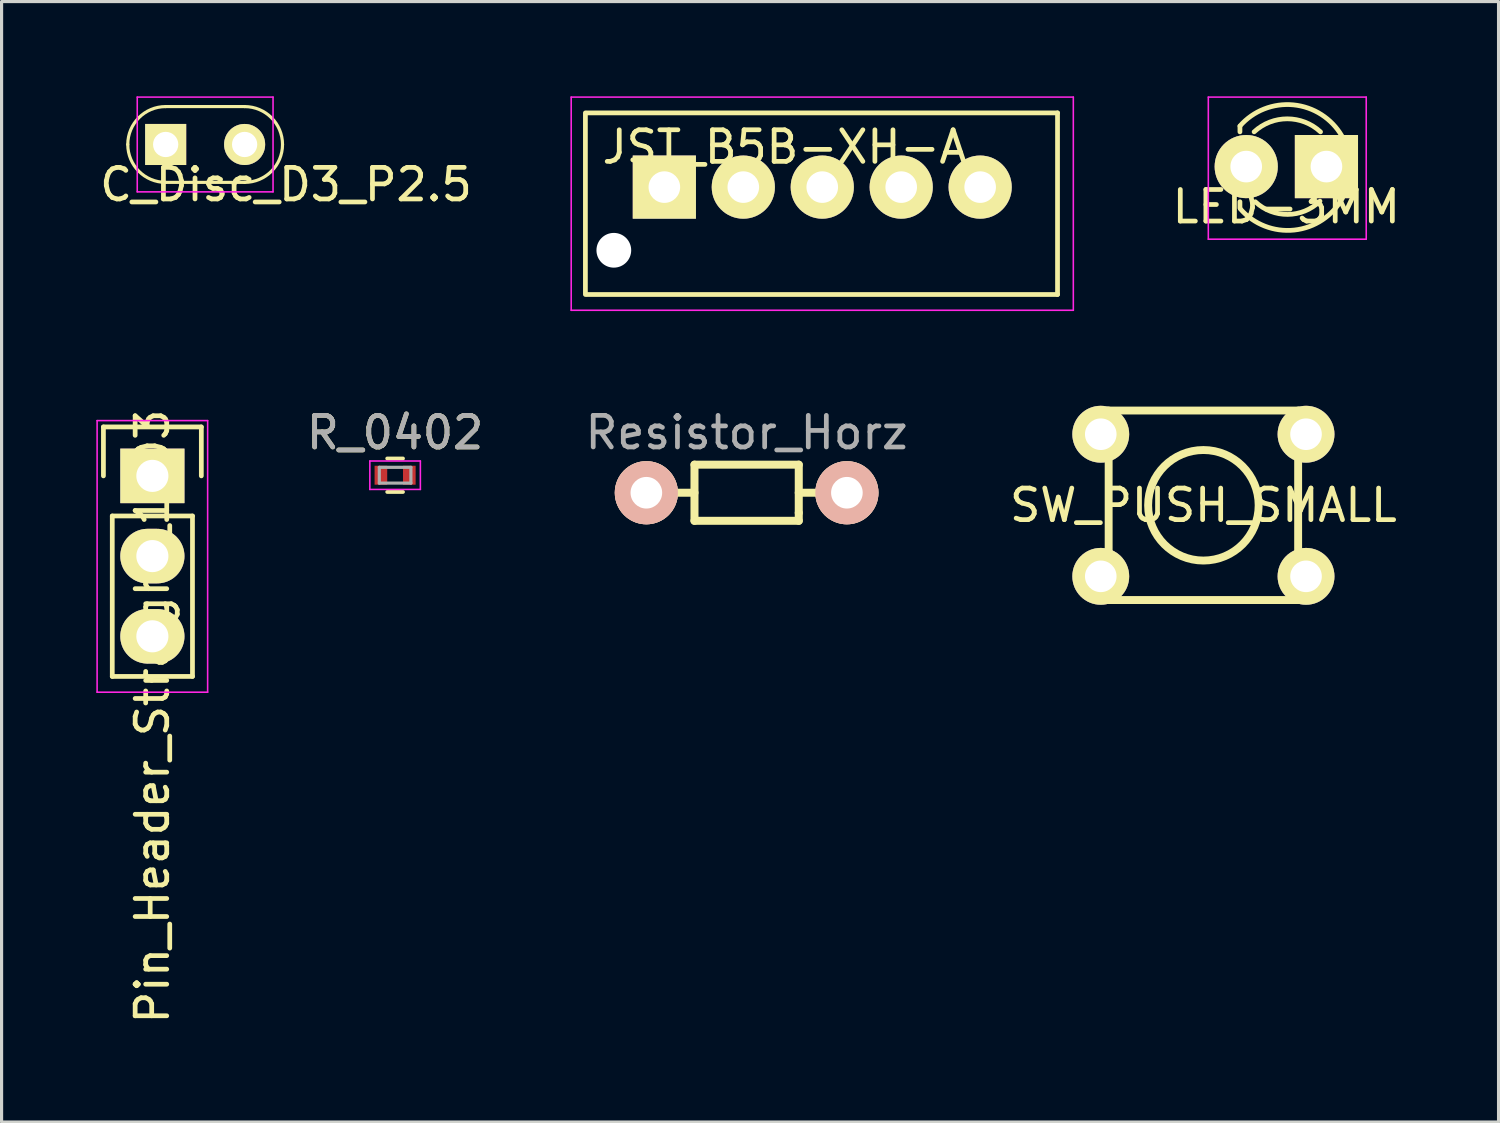
<source format=kicad_pcb>
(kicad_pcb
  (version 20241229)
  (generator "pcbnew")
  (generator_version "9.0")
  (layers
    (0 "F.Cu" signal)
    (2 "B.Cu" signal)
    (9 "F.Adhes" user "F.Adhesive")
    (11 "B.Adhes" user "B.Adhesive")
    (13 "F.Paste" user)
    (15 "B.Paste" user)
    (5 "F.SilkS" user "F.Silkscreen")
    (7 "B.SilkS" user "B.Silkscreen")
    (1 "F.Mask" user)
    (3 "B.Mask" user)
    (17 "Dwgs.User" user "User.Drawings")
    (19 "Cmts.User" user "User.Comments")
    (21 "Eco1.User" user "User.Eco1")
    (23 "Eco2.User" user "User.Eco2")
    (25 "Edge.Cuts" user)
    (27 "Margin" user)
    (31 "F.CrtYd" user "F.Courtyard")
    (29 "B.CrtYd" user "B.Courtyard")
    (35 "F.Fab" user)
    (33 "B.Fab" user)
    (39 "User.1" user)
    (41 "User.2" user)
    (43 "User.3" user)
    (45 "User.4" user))
  (footprint "C_Disc_D3_P2.5"
    (layer "F.Cu")
    (at 2.196 1.525)
    (property "Reference" "C_Disc_D3_P2.5" (at 3.81 1.27 0) (layer "F.SilkS") (effects (font (size 1 1) (thickness 0.15))))
    (attr through_hole)
    (fp_line (start 0 -1.2) (end 2.5 -1.2) (stroke (width 0.1) (type solid)) (layer "F.SilkS"))
    (fp_line (start 0 1.2) (end 2.5 1.2) (stroke (width 0.1) (type solid)) (layer "F.SilkS"))
    (fp_arc (start -1.2 0) (mid -0.848528 -0.848528) (end 0 -1.2) (stroke (width 0.1) (type solid)) (layer "F.SilkS"))
    (fp_arc (start 0 1.2) (mid -0.848528 0.848528) (end -1.2 0) (stroke (width 0.1) (type solid)) (layer "F.SilkS"))
    (fp_arc (start 2.5 -1.2) (mid 3.348528 -0.848528) (end 3.7 0) (stroke (width 0.1) (type solid)) (layer "F.SilkS"))
    (fp_arc (start 3.7 0) (mid 3.348528 0.848528) (end 2.5 1.2) (stroke (width 0.1) (type solid)) (layer "F.SilkS"))
    (fp_line (start -0.9 -1.5) (end 3.4 -1.5) (stroke (width 0.05) (type solid)) (layer "F.CrtYd"))
    (fp_line (start -0.9 1.5) (end -0.9 -1.5) (stroke (width 0.05) (type solid)) (layer "F.CrtYd"))
    (fp_line (start 3.4 -1.5) (end 3.4 1.5) (stroke (width 0.05) (type solid)) (layer "F.CrtYd"))
    (fp_line (start 3.4 1.5) (end -0.9 1.5) (stroke (width 0.05) (type solid)) (layer "F.CrtYd"))
    (pad "1" thru_hole rect (at 0 0) (size 1.3 1.3) (drill 0.8) (layers "*.Cu" "*.Mask" "F.SilkS"))
    (pad "2" thru_hole circle (at 2.5 0) (size 1.3 1.3) (drill 0.8) (layers "*.Cu" "*.Mask" "F.SilkS")))
  (footprint "LED-3MM"
    (layer "F.Cu")
    (at 36.412 2.225)
    (property "Reference" "LED-3MM" (at 1.27 1.27 0) (layer "F.SilkS") (effects (font (size 1 1) (thickness 0.15))))
    (attr through_hole)
    (fp_line (start -0.199 -1.28) (end -0.199 -1.1) (stroke (width 0.15) (type solid)) (layer "F.SilkS"))
    (fp_line (start -0.199 1.314) (end -0.199 1.114) (stroke (width 0.15) (type solid)) (layer "F.SilkS"))
    (fp_arc (start -0.199 -1.286) (mid 1.495903 -1.954571) (end 3.028744 -0.969643) (stroke (width 0.15) (type solid)) (layer "F.SilkS"))
    (fp_arc (start 0.25 -1.1) (mid 1.301686 -1.512142) (end 2.353005 -1.099067) (stroke (width 0.15) (type solid)) (layer "F.SilkS"))
    (fp_arc (start 2.335 1.094) (mid 1.31492 1.51473) (end 0.287111 1.113252) (stroke (width 0.15) (type solid)) (layer "F.SilkS"))
    (fp_arc (start 3.051 0.994) (mid 1.522637 2.009958) (end -0.18622 1.340726) (stroke (width 0.15) (type solid)) (layer "F.SilkS"))
    (fp_line (start -1.2 -2.2) (end -1.2 2.3) (stroke (width 0.05) (type solid)) (layer "F.CrtYd"))
    (fp_line (start -1.2 2.3) (end 3.8 2.3) (stroke (width 0.05) (type solid)) (layer "F.CrtYd"))
    (fp_line (start 3.8 -2.2) (end -1.2 -2.2) (stroke (width 0.05) (type solid)) (layer "F.CrtYd"))
    (fp_line (start 3.8 2.3) (end 3.8 -2.2) (stroke (width 0.05) (type solid)) (layer "F.CrtYd"))
    (pad "1" thru_hole circle (at 0 0 90) (size 2 2) (drill 1.001) (layers "*.Cu" "*.Mask" "F.SilkS"))
    (pad "2" thru_hole rect (at 2.54 0) (size 2 2) (drill 1.001) (layers "*.Cu" "*.Mask" "F.SilkS")))
  (footprint "Pin_Header_Straight_1x03"
    (layer "F.Cu")
    (at 1.775 12.019)
    (property "Reference" "Pin_Header_Straight_1x03" (at 0 7.62 90) (layer "F.SilkS") (effects (font (size 1 1) (thickness 0.15))))
    (attr through_hole)
    (fp_line (start -1.55 -1.55) (end 1.55 -1.55) (stroke (width 0.15) (type solid)) (layer "F.SilkS"))
    (fp_line (start -1.55 0) (end -1.55 -1.55) (stroke (width 0.15) (type solid)) (layer "F.SilkS"))
    (fp_line (start -1.27 1.27) (end -1.27 6.35) (stroke (width 0.15) (type solid)) (layer "F.SilkS"))
    (fp_line (start -1.27 6.35) (end 1.27 6.35) (stroke (width 0.15) (type solid)) (layer "F.SilkS"))
    (fp_line (start 1.27 1.27) (end -1.27 1.27) (stroke (width 0.15) (type solid)) (layer "F.SilkS"))
    (fp_line (start 1.27 6.35) (end 1.27 1.27) (stroke (width 0.15) (type solid)) (layer "F.SilkS"))
    (fp_line (start 1.55 -1.55) (end 1.55 0) (stroke (width 0.15) (type solid)) (layer "F.SilkS"))
    (fp_line (start -1.75 -1.75) (end -1.75 6.85) (stroke (width 0.05) (type solid)) (layer "F.CrtYd"))
    (fp_line (start -1.75 -1.75) (end 1.75 -1.75) (stroke (width 0.05) (type solid)) (layer "F.CrtYd"))
    (fp_line (start -1.75 6.85) (end 1.75 6.85) (stroke (width 0.05) (type solid)) (layer "F.CrtYd"))
    (fp_line (start 1.75 -1.75) (end 1.75 6.85) (stroke (width 0.05) (type solid)) (layer "F.CrtYd"))
    (pad "1" thru_hole rect (at 0 0) (size 2.032 1.727) (drill 1.016) (layers "*.Cu" "*.Mask" "F.SilkS"))
    (pad "2" thru_hole oval (at 0 2.54) (size 2.032 1.727) (drill 1.016) (layers "*.Cu" "*.Mask" "F.SilkS"))
    (pad "3" thru_hole oval (at 0 5.08) (size 2.032 1.727) (drill 1.016) (layers "*.Cu" "*.Mask" "F.SilkS")))
  (footprint "Resistor_Horz"
    (layer "F.Cu")
    (at 20.592 12.553)
    (property "Reference" "Resistor_Horz" (at 0 -1.905 0) (layer "F.Fab") (effects (font (size 1 1) (thickness 0.15))))
    (attr through_hole)
    (fp_line (start -1.651 -0.889) (end 1.651 -0.889) (stroke (width 0.254) (type solid)) (layer "F.SilkS"))
    (fp_line (start -1.651 0) (end -2.413 0) (stroke (width 0.254) (type solid)) (layer "F.SilkS"))
    (fp_line (start -1.651 0.889) (end -1.651 -0.889) (stroke (width 0.254) (type solid)) (layer "F.SilkS"))
    (fp_line (start 1.651 -0.889) (end 1.651 0.635) (stroke (width 0.254) (type solid)) (layer "F.SilkS"))
    (fp_line (start 1.651 0) (end 2.413 0) (stroke (width 0.254) (type solid)) (layer "F.SilkS"))
    (fp_line (start 1.651 0.889) (end -1.651 0.889) (stroke (width 0.254) (type solid)) (layer "F.SilkS"))
    (fp_line (start 1.651 0.889) (end 1.651 0.635) (stroke (width 0.254) (type solid)) (layer "F.SilkS"))
    (pad "1" thru_hole circle (at -3.175 0) (size 1.999 1.999) (drill 1.001) (layers "*.Cu" "*.SilkS" "*.Mask"))
    (pad "2" thru_hole circle (at 3.175 0) (size 1.999 1.999) (drill 1.001) (layers "*.Cu" "*.SilkS" "*.Mask")))
  (footprint "R_0402"
    (layer "F.Cu")
    (at 9.461 11.998)
    (property "Reference" "R_0402" (at 0 -1.35 0) (layer "F.SilkS") (effects (font (size 1 1) (thickness 0.15))))
    (attr smd)
    (fp_line (start -0.25 0.53) (end 0.25 0.53) (stroke (width 0.12) (type solid)) (layer "F.SilkS"))
    (fp_line (start 0.25 -0.53) (end -0.25 -0.53) (stroke (width 0.12) (type solid)) (layer "F.SilkS"))
    (fp_line (start -0.8 -0.45) (end -0.8 0.45) (stroke (width 0.05) (type solid)) (layer "F.CrtYd"))
    (fp_line (start -0.8 -0.45) (end 0.8 -0.45) (stroke (width 0.05) (type solid)) (layer "F.CrtYd"))
    (fp_line (start 0.8 0.45) (end -0.8 0.45) (stroke (width 0.05) (type solid)) (layer "F.CrtYd"))
    (fp_line (start 0.8 0.45) (end 0.8 -0.45) (stroke (width 0.05) (type solid)) (layer "F.CrtYd"))
    (fp_line (start -0.5 -0.25) (end 0.5 -0.25) (stroke (width 0.1) (type solid)) (layer "F.Fab"))
    (fp_line (start -0.5 0.25) (end -0.5 -0.25) (stroke (width 0.1) (type solid)) (layer "F.Fab"))
    (fp_line (start 0.5 -0.25) (end 0.5 0.25) (stroke (width 0.1) (type solid)) (layer "F.Fab"))
    (fp_line (start 0.5 0.25) (end -0.5 0.25) (stroke (width 0.1) (type solid)) (layer "F.Fab"))
    (fp_text user "${REFERENCE}" (at 0 -1.35 0) (layer "F.Fab") (effects (font (size 1 1) (thickness 0.15))))
    (pad "1" smd rect (at -0.45 0) (size 0.4 0.6) (layers "F.Cu" "F.Mask" "F.Paste"))
    (pad "2" smd rect (at 0.45 0) (size 0.4 0.6) (layers "F.Cu" "F.Mask" "F.Paste")))
  (footprint "SW_PUSH_SMALL"
    (layer "F.Cu")
    (at 35.056 12.95)
    (property "Reference" "SW_PUSH_SMALL" (at 0 0 0) (layer "F.SilkS") (effects (font (size 1 1) (thickness 0.15))))
    (attr through_hole)
    (fp_line (start -3 -3) (end 3 -3) (stroke (width 0.25) (type solid)) (layer "F.SilkS"))
    (fp_line (start -3 3) (end -3 -3) (stroke (width 0.25) (type solid)) (layer "F.SilkS"))
    (fp_line (start 3 -3) (end 3 3) (stroke (width 0.25) (type solid)) (layer "F.SilkS"))
    (fp_line (start 3 3) (end -3 3) (stroke (width 0.25) (type solid)) (layer "F.SilkS"))
    (fp_circle (center 0 0) (end -1.75 0) (stroke (width 0.25) (type solid)) (fill no) (layer "F.SilkS"))
    (pad "1" thru_hole circle (at -3.25 -2.25) (size 1.8 1.8) (drill 1) (layers "*.Cu" "*.Mask" "F.SilkS"))
    (pad "1" thru_hole circle (at 3.25 -2.25) (size 1.8 1.8) (drill 1) (layers "*.Cu" "*.Mask" "F.SilkS"))
    (pad "2" thru_hole circle (at -3.25 2.25) (size 1.8 1.8) (drill 1) (layers "*.Cu" "*.Mask" "F.SilkS"))
    (pad "2" thru_hole circle (at 3.25 2.25) (size 1.8 1.8) (drill 1) (layers "*.Cu" "*.Mask" "F.SilkS")))
  (footprint "JST_B5B-XH-A"
    (layer "F.Cu")
    (at 17.987 2.875)
    (property "Reference" "JST_B5B-XH-A" (at 3.81 -1.27 0) (layer "F.SilkS") (effects (font (size 1 1) (thickness 0.15))))
    (attr through_hole)
    (fp_line (start -2.5 -2.35) (end -2.5 3.4) (stroke (width 0.15) (type solid)) (layer "F.SilkS"))
    (fp_line (start -2.45 -2.35) (end 12.45 -2.35) (stroke (width 0.15) (type solid)) (layer "F.SilkS"))
    (fp_line (start -2.45 3.4) (end 12.45 3.4) (stroke (width 0.15) (type solid)) (layer "F.SilkS"))
    (fp_line (start 12.45 -2.35) (end 12.45 3.4) (stroke (width 0.15) (type solid)) (layer "F.SilkS"))
    (fp_line (start -2.95 -2.85) (end -2.95 3.9) (stroke (width 0.05) (type solid)) (layer "F.CrtYd"))
    (fp_line (start -2.95 -2.85) (end 12.95 -2.85) (stroke (width 0.05) (type solid)) (layer "F.CrtYd"))
    (fp_line (start -2.95 3.9) (end 12.95 3.9) (stroke (width 0.05) (type solid)) (layer "F.CrtYd"))
    (fp_line (start 12.95 -2.85) (end 12.95 3.9) (stroke (width 0.05) (type solid)) (layer "F.CrtYd"))
    (pad "" np_thru_hole circle (at -1.6 2) (size 1.1 1.1) (drill 1.1) (layers "*.Cu" "*.Mask"))
    (pad "1" thru_hole rect (at 0 0) (size 2 2) (drill 1) (layers "*.Cu" "*.Mask" "F.SilkS"))
    (pad "2" thru_hole circle (at 2.5 0) (size 2 2) (drill 1) (layers "*.Cu" "*.Mask" "F.SilkS"))
    (pad "3" thru_hole circle (at 5 0) (size 2 2) (drill 1) (layers "*.Cu" "*.Mask" "F.SilkS"))
    (pad "4" thru_hole circle (at 7.5 0) (size 2 2) (drill 1) (layers "*.Cu" "*.Mask" "F.SilkS"))
    (pad "5" thru_hole circle (at 10 0) (size 2 2) (drill 1) (layers "*.Cu" "*.Mask" "F.SilkS")))
  (gr_rect
    (start -3 -3)
    (end 44.402 32.479)
    (stroke (width 0.1) (type default))
    (fill no)
    (layer "Edge.Cuts")))
</source>
